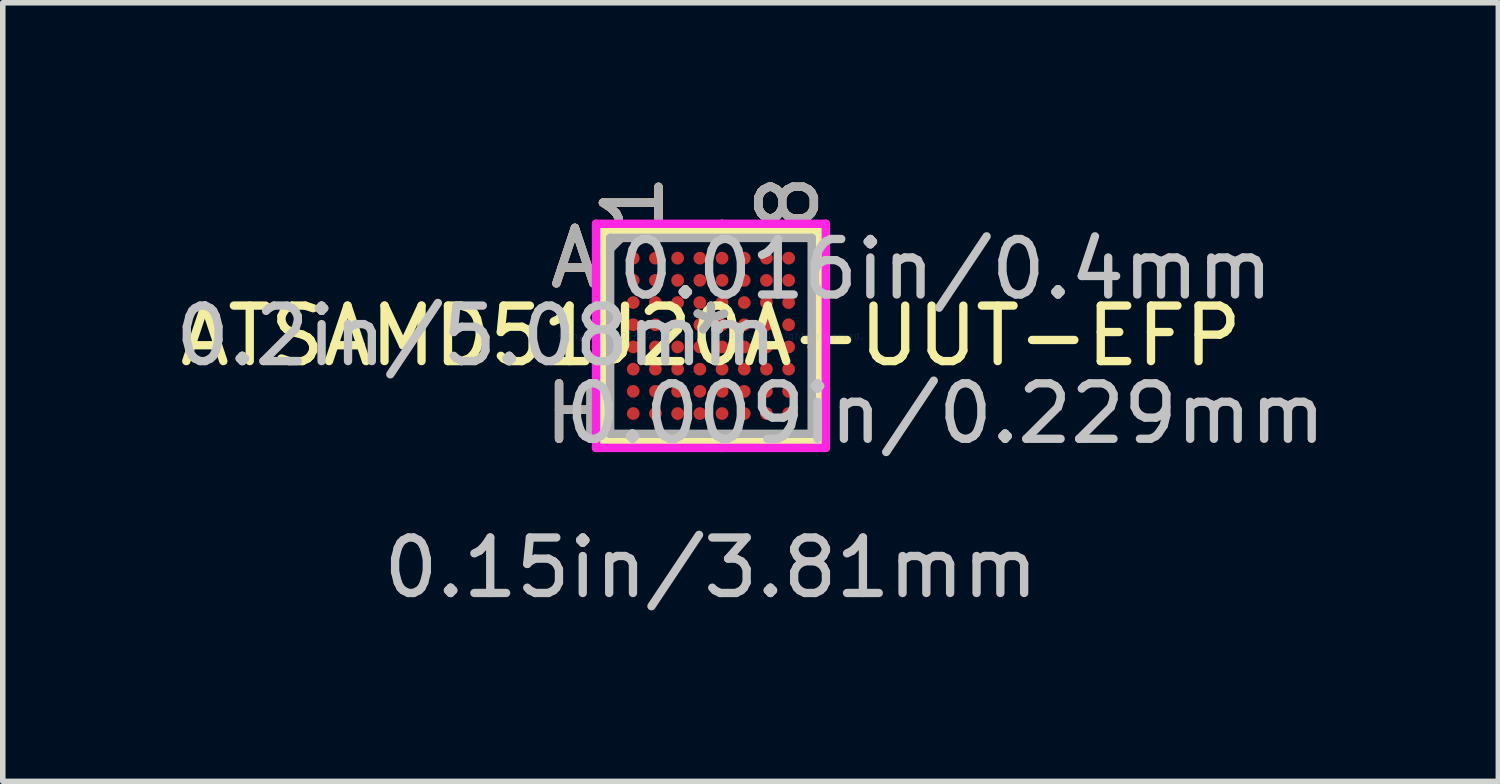
<source format=kicad_pcb>
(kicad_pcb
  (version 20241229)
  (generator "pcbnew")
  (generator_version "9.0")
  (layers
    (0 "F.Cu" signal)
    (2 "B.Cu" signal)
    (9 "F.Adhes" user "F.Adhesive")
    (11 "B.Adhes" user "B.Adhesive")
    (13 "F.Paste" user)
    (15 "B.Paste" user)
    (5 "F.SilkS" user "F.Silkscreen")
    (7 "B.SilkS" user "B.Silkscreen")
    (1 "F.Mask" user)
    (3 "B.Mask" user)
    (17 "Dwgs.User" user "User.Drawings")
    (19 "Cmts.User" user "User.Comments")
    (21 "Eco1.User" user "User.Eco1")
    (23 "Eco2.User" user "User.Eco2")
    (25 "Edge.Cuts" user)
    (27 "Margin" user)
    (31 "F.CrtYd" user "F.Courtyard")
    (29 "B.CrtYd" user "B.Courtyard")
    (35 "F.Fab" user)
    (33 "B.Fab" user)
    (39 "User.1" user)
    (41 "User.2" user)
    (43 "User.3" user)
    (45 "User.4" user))
  (footprint "ATSAMD51J20A-UUT-EFP"
    (layer "F.Cu")
    (at 9.759 3.001)
    (property "Reference" "ATSAMD51J20A-UUT-EFP" (at 0 0 0) (layer "F.SilkS") (effects (font (size 1 1) (thickness 0.15))))
    (attr through_hole)
    (fp_line (start -1.943 -1.892) (end -1.943 1.892) (stroke (width 0.152) (type solid)) (layer "F.SilkS"))
    (fp_line (start -1.943 1.892) (end 1.943 1.892) (stroke (width 0.152) (type solid)) (layer "F.SilkS"))
    (fp_line (start -1.816 0.2) (end -2.07 0.2) (stroke (width 0.152) (type solid)) (layer "F.SilkS"))
    (fp_line (start 0.2 -1.771) (end 0.2 -2.019) (stroke (width 0.152) (type solid)) (layer "F.SilkS"))
    (fp_line (start 0.2 1.771) (end 0.2 2.019) (stroke (width 0.152) (type solid)) (layer "F.SilkS"))
    (fp_line (start 1.816 0.2) (end 2.07 0.2) (stroke (width 0.152) (type solid)) (layer "F.SilkS"))
    (fp_line (start 1.943 -1.892) (end -1.943 -1.892) (stroke (width 0.152) (type solid)) (layer "F.SilkS"))
    (fp_line (start 1.943 1.892) (end 1.943 -1.892) (stroke (width 0.152) (type solid)) (layer "F.SilkS"))
    (fp_line (start -2.07 -2.019) (end 2.07 -2.019) (stroke (width 0.152) (type solid)) (layer "F.CrtYd"))
    (fp_line (start -2.07 2.019) (end -2.07 -2.019) (stroke (width 0.152) (type solid)) (layer "F.CrtYd"))
    (fp_line (start 2.07 -2.019) (end 2.07 2.019) (stroke (width 0.152) (type solid)) (layer "F.CrtYd"))
    (fp_line (start 2.07 2.019) (end -2.07 2.019) (stroke (width 0.152) (type solid)) (layer "F.CrtYd"))
    (fp_line (start -1.816 -1.765) (end -1.816 1.765) (stroke (width 0.152) (type solid)) (layer "F.Fab"))
    (fp_line (start -1.816 1.765) (end 1.816 1.765) (stroke (width 0.152) (type solid)) (layer "F.Fab"))
    (fp_line (start -1.616 -1.765) (end -1.816 -1.565) (stroke (width 0.152) (type solid)) (layer "F.Fab"))
    (fp_line (start 1.816 -1.765) (end -1.816 -1.765) (stroke (width 0.152) (type solid)) (layer "F.Fab"))
    (fp_line (start 1.816 1.765) (end 1.816 -1.765) (stroke (width 0.152) (type solid)) (layer "F.Fab"))
    (fp_text user "*" (at 0 0 0) (layer "F.SilkS") (effects (font (size 1 1) (thickness 0.15))))
    (fp_text user "8" (at 1.4 -2.4 90) (layer "F.SilkS") (effects (font (size 1 1) (thickness 0.15))))
    (fp_text user "1" (at -1.4 -2.4 90) (layer "F.SilkS") (effects (font (size 1 1) (thickness 0.15))))
    (fp_text user "H" (at -2.451 1.4 0) (layer "F.SilkS") (effects (font (size 1 1) (thickness 0.15))))
    (fp_text user "A" (at -2.451 -1.4 0) (layer "F.SilkS") (effects (font (size 1 1) (thickness 0.15))))
    (fp_text user "H" (at -2.451 1.4 0) (layer "B.SilkS") (effects (font (size 1 1) (thickness 0.15))))
    (fp_text user "8" (at 1.4 -2.4 90) (layer "B.SilkS") (effects (font (size 1 1) (thickness 0.15))))
    (fp_text user "A" (at -2.451 -1.4 0) (layer "B.SilkS") (effects (font (size 1 1) (thickness 0.15))))
    (fp_text user "1" (at -1.4 -2.4 90) (layer "B.SilkS") (effects (font (size 1 1) (thickness 0.15))))
    (fp_text user "0.15in/3.81mm" (at 0 4.178 0) (layer "Dwgs.User") (effects (font (size 1 1) (thickness 0.15))))
    (fp_text user "0.016in/0.4mm" (at 4.229 -1.2 0) (layer "Dwgs.User") (effects (font (size 1 1) (thickness 0.15))))
    (fp_text user "0.2in/5.08mm" (at -4.229 0 0) (layer "Dwgs.User") (effects (font (size 1 1) (thickness 0.15))))
    (fp_text user "0.009in/0.229mm" (at 4.229 1.4 0) (layer "Dwgs.User") (effects (font (size 1 1) (thickness 0.15))))
    (fp_text user "Copyright 2016 Accelerated Designs. All rights reserved." (at 0 0 0) (layer "Cmts.User") (effects (font (size 0.127 0.127) (thickness 0.002))))
    (fp_text user "H" (at -2.451 1.4 0) (layer "F.Fab") (effects (font (size 1 1) (thickness 0.15))))
    (fp_text user "*" (at 0 0 0) (layer "F.Fab") (effects (font (size 1 1) (thickness 0.15))))
    (fp_text user "8" (at 1.4 -2.4 90) (layer "F.Fab") (effects (font (size 1 1) (thickness 0.15))))
    (fp_text user "1" (at -1.4 -2.4 90) (layer "F.Fab") (effects (font (size 1 1) (thickness 0.15))))
    (fp_text user "A" (at -2.451 -1.4 0) (layer "F.Fab") (effects (font (size 1 1) (thickness 0.15))))
    (pad "A1" smd circle (at -1.4 -1.4) (size 0.229 0.229) (layers "F.Cu" "F.Mask" "F.Paste"))
    (pad "A2" smd circle (at -1 -1.4) (size 0.229 0.229) (layers "F.Cu" "F.Mask" "F.Paste"))
    (pad "A3" smd circle (at -0.6 -1.4) (size 0.229 0.229) (layers "F.Cu" "F.Mask" "F.Paste"))
    (pad "A4" smd circle (at -0.2 -1.4) (size 0.229 0.229) (layers "F.Cu" "F.Mask" "F.Paste"))
    (pad "A5" smd circle (at 0.2 -1.4) (size 0.229 0.229) (layers "F.Cu" "F.Mask" "F.Paste"))
    (pad "A6" smd circle (at 0.6 -1.4) (size 0.229 0.229) (layers "F.Cu" "F.Mask" "F.Paste"))
    (pad "A7" smd circle (at 1 -1.4) (size 0.229 0.229) (layers "F.Cu" "F.Mask" "F.Paste"))
    (pad "A8" smd circle (at 1.4 -1.4) (size 0.229 0.229) (layers "F.Cu" "F.Mask" "F.Paste"))
    (pad "B1" smd circle (at -1.4 -1) (size 0.229 0.229) (layers "F.Cu" "F.Mask" "F.Paste"))
    (pad "B2" smd circle (at -1 -1) (size 0.229 0.229) (layers "F.Cu" "F.Mask" "F.Paste"))
    (pad "B3" smd circle (at -0.6 -1) (size 0.229 0.229) (layers "F.Cu" "F.Mask" "F.Paste"))
    (pad "B4" smd circle (at -0.2 -1) (size 0.229 0.229) (layers "F.Cu" "F.Mask" "F.Paste"))
    (pad "B5" smd circle (at 0.2 -1) (size 0.229 0.229) (layers "F.Cu" "F.Mask" "F.Paste"))
    (pad "B6" smd circle (at 0.6 -1) (size 0.229 0.229) (layers "F.Cu" "F.Mask" "F.Paste"))
    (pad "B7" smd circle (at 1 -1) (size 0.229 0.229) (layers "F.Cu" "F.Mask" "F.Paste"))
    (pad "B8" smd circle (at 1.4 -1) (size 0.229 0.229) (layers "F.Cu" "F.Mask" "F.Paste"))
    (pad "C1" smd circle (at -1.4 -0.6) (size 0.229 0.229) (layers "F.Cu" "F.Mask" "F.Paste"))
    (pad "C2" smd circle (at -1 -0.6) (size 0.229 0.229) (layers "F.Cu" "F.Mask" "F.Paste"))
    (pad "C3" smd circle (at -0.6 -0.6) (size 0.229 0.229) (layers "F.Cu" "F.Mask" "F.Paste"))
    (pad "C4" smd circle (at -0.2 -0.6) (size 0.229 0.229) (layers "F.Cu" "F.Mask" "F.Paste"))
    (pad "C5" smd circle (at 0.2 -0.6) (size 0.229 0.229) (layers "F.Cu" "F.Mask" "F.Paste"))
    (pad "C6" smd circle (at 0.6 -0.6) (size 0.229 0.229) (layers "F.Cu" "F.Mask" "F.Paste"))
    (pad "C7" smd circle (at 1 -0.6) (size 0.229 0.229) (layers "F.Cu" "F.Mask" "F.Paste"))
    (pad "C8" smd circle (at 1.4 -0.6) (size 0.229 0.229) (layers "F.Cu" "F.Mask" "F.Paste"))
    (pad "D1" smd circle (at -1.4 -0.2) (size 0.229 0.229) (layers "F.Cu" "F.Mask" "F.Paste"))
    (pad "D2" smd circle (at -1 -0.2) (size 0.229 0.229) (layers "F.Cu" "F.Mask" "F.Paste"))
    (pad "D3" smd circle (at -0.6 -0.2) (size 0.229 0.229) (layers "F.Cu" "F.Mask" "F.Paste"))
    (pad "D4" smd circle (at -0.2 -0.2) (size 0.229 0.229) (layers "F.Cu" "F.Mask" "F.Paste"))
    (pad "D5" smd circle (at 0.2 -0.2) (size 0.229 0.229) (layers "F.Cu" "F.Mask" "F.Paste"))
    (pad "D6" smd circle (at 0.6 -0.2) (size 0.229 0.229) (layers "F.Cu" "F.Mask" "F.Paste"))
    (pad "D7" smd circle (at 1 -0.2) (size 0.229 0.229) (layers "F.Cu" "F.Mask" "F.Paste"))
    (pad "D8" smd circle (at 1.4 -0.2) (size 0.229 0.229) (layers "F.Cu" "F.Mask" "F.Paste"))
    (pad "E1" smd circle (at -1.4 0.2) (size 0.229 0.229) (layers "F.Cu" "F.Mask" "F.Paste"))
    (pad "E2" smd circle (at -1 0.2) (size 0.229 0.229) (layers "F.Cu" "F.Mask" "F.Paste"))
    (pad "E3" smd circle (at -0.6 0.2) (size 0.229 0.229) (layers "F.Cu" "F.Mask" "F.Paste"))
    (pad "E4" smd circle (at -0.2 0.2) (size 0.229 0.229) (layers "F.Cu" "F.Mask" "F.Paste"))
    (pad "E5" smd circle (at 0.2 0.2) (size 0.229 0.229) (layers "F.Cu" "F.Mask" "F.Paste"))
    (pad "E6" smd circle (at 0.6 0.2) (size 0.229 0.229) (layers "F.Cu" "F.Mask" "F.Paste"))
    (pad "E7" smd circle (at 1 0.2) (size 0.229 0.229) (layers "F.Cu" "F.Mask" "F.Paste"))
    (pad "E8" smd circle (at 1.4 0.2) (size 0.229 0.229) (layers "F.Cu" "F.Mask" "F.Paste"))
    (pad "F1" smd circle (at -1.4 0.6) (size 0.229 0.229) (layers "F.Cu" "F.Mask" "F.Paste"))
    (pad "F2" smd circle (at -1 0.6) (size 0.229 0.229) (layers "F.Cu" "F.Mask" "F.Paste"))
    (pad "F3" smd circle (at -0.6 0.6) (size 0.229 0.229) (layers "F.Cu" "F.Mask" "F.Paste"))
    (pad "F4" smd circle (at -0.2 0.6) (size 0.229 0.229) (layers "F.Cu" "F.Mask" "F.Paste"))
    (pad "F5" smd circle (at 0.2 0.6) (size 0.229 0.229) (layers "F.Cu" "F.Mask" "F.Paste"))
    (pad "F6" smd circle (at 0.6 0.6) (size 0.229 0.229) (layers "F.Cu" "F.Mask" "F.Paste"))
    (pad "F7" smd circle (at 1 0.6) (size 0.229 0.229) (layers "F.Cu" "F.Mask" "F.Paste"))
    (pad "F8" smd circle (at 1.4 0.6) (size 0.229 0.229) (layers "F.Cu" "F.Mask" "F.Paste"))
    (pad "G1" smd circle (at -1.4 1) (size 0.229 0.229) (layers "F.Cu" "F.Mask" "F.Paste"))
    (pad "G2" smd circle (at -1 1) (size 0.229 0.229) (layers "F.Cu" "F.Mask" "F.Paste"))
    (pad "G3" smd circle (at -0.6 1) (size 0.229 0.229) (layers "F.Cu" "F.Mask" "F.Paste"))
    (pad "G4" smd circle (at -0.2 1) (size 0.229 0.229) (layers "F.Cu" "F.Mask" "F.Paste"))
    (pad "G5" smd circle (at 0.2 1) (size 0.229 0.229) (layers "F.Cu" "F.Mask" "F.Paste"))
    (pad "G6" smd circle (at 0.6 1) (size 0.229 0.229) (layers "F.Cu" "F.Mask" "F.Paste"))
    (pad "G7" smd circle (at 1 1) (size 0.229 0.229) (layers "F.Cu" "F.Mask" "F.Paste"))
    (pad "G8" smd circle (at 1.4 1) (size 0.229 0.229) (layers "F.Cu" "F.Mask" "F.Paste"))
    (pad "H1" smd circle (at -1.4 1.4) (size 0.229 0.229) (layers "F.Cu" "F.Mask" "F.Paste"))
    (pad "H2" smd circle (at -1 1.4) (size 0.229 0.229) (layers "F.Cu" "F.Mask" "F.Paste"))
    (pad "H3" smd circle (at -0.6 1.4) (size 0.229 0.229) (layers "F.Cu" "F.Mask" "F.Paste"))
    (pad "H4" smd circle (at -0.2 1.4) (size 0.229 0.229) (layers "F.Cu" "F.Mask" "F.Paste"))
    (pad "H5" smd circle (at 0.2 1.4) (size 0.229 0.229) (layers "F.Cu" "F.Mask" "F.Paste"))
    (pad "H6" smd circle (at 0.6 1.4) (size 0.229 0.229) (layers "F.Cu" "F.Mask" "F.Paste"))
    (pad "H7" smd circle (at 1 1.4) (size 0.229 0.229) (layers "F.Cu" "F.Mask" "F.Paste"))
    (pad "H8" smd circle (at 1.4 1.4) (size 0.229 0.229) (layers "F.Cu" "F.Mask" "F.Paste")))
  (gr_rect
    (start -3 -3)
    (end 23.946 11.028)
    (stroke (width 0.1) (type default))
    (fill no)
    (layer "Edge.Cuts")))
</source>
